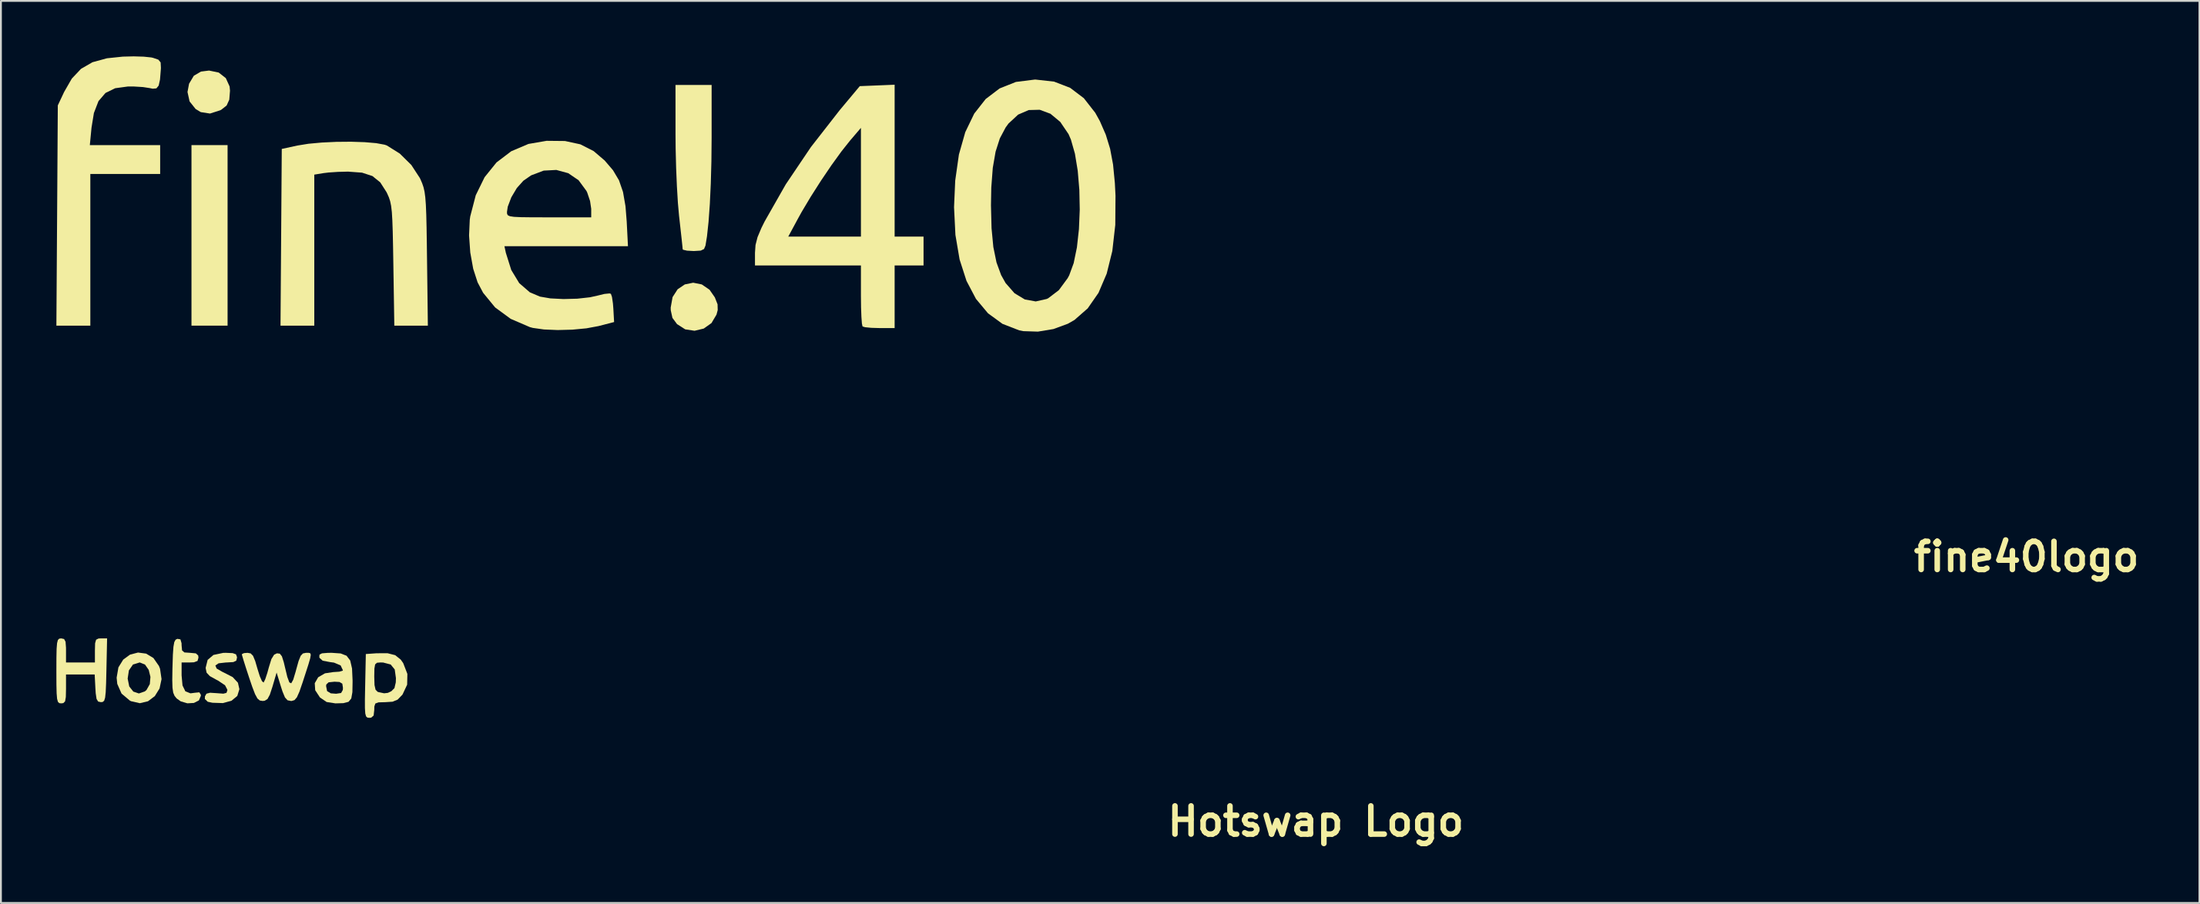
<source format=kicad_pcb>
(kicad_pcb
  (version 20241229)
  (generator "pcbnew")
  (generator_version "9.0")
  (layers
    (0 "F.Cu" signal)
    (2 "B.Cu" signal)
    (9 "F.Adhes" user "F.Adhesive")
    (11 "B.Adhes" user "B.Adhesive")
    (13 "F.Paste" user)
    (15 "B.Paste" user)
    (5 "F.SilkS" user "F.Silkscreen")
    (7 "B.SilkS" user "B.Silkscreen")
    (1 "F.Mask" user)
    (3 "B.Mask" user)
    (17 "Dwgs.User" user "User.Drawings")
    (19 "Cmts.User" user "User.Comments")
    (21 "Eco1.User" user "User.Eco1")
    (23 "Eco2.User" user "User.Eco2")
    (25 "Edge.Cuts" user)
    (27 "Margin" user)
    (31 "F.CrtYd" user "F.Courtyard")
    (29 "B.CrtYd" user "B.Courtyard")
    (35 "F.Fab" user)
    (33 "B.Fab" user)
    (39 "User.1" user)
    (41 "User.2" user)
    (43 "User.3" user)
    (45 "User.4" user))
  (footprint "fine40logo"
    (layer "F.Cu")
    (at 106.562 27.076)
    (property "Reference" "fine40logo" (at 0 0 0) (layer "F.SilkS") (effects (font (size 1.524 1.524) (thickness 0.3))))
    (attr board_only exclude_from_pos_files exclude_from_bom)
    (fp_poly (pts (xy -97.302 -12.505) (xy -99.255 -12.505) (xy -99.255 -22.274) (xy -97.302 -22.274)) (stroke (width 0) (type solid)) (fill yes) (layer "F.SilkS"))
    (fp_poly (pts (xy -97.784 -26.201) (xy -97.398 -25.9) (xy -97.193 -25.449) (xy -97.171 -25.221) (xy -97.21 -24.733) (xy -97.354 -24.416) (xy -97.643 -24.189) (xy -97.702 -24.158) (xy -98.253 -23.982) (xy -98.751 -24.059) (xy -99.032 -24.229) (xy -99.358 -24.639) (xy -99.47 -25.148) (xy -99.386 -25.595) (xy -99.129 -26.026) (xy -98.742 -26.253) (xy -98.305 -26.308)) (stroke (width 0) (type solid)) (fill yes) (layer "F.SilkS"))
    (fp_poly (pts (xy -71.654 -14.736) (xy -71.233 -14.448) (xy -70.947 -14.036) (xy -70.799 -13.661) (xy -70.79 -13.35) (xy -70.856 -13.102) (xy -71.128 -12.644) (xy -71.547 -12.347) (xy -72.043 -12.228) (xy -72.549 -12.305) (xy -72.991 -12.588) (xy -73.24 -12.925) (xy -73.33 -13.334) (xy -73.334 -13.482) (xy -73.232 -14.05) (xy -72.959 -14.473) (xy -72.57 -14.736) (xy -72.117 -14.828)) (stroke (width 0) (type solid)) (fill yes) (layer "F.SilkS"))
    (fp_poly (pts (xy -71.12 -22.67) (xy -71.132 -21.403) (xy -71.165 -20.194) (xy -71.217 -19.086) (xy -71.287 -18.119) (xy -71.371 -17.335) (xy -71.453 -16.836) (xy -71.531 -16.651) (xy -71.709 -16.565) (xy -72.066 -16.543) (xy -72.099 -16.543) (xy -72.449 -16.562) (xy -72.659 -16.611) (xy -72.686 -16.64) (xy -72.7 -16.8) (xy -72.739 -17.166) (xy -72.797 -17.688) (xy -72.866 -18.314) (xy -72.88 -18.431) (xy -72.944 -19.146) (xy -72.998 -20.044) (xy -73.04 -21.046) (xy -73.066 -22.074) (xy -73.073 -22.827) (xy -73.074 -25.53) (xy -71.12 -25.53)) (stroke (width 0) (type solid)) (fill yes) (layer "F.SilkS"))
    (fp_poly (pts (xy -101.836 -27.06) (xy -101.43 -27.018) (xy -101.339 -26.998) (xy -101.045 -26.897) (xy -100.923 -26.748) (xy -100.908 -26.455) (xy -100.913 -26.365) (xy -100.957 -25.821) (xy -101.029 -25.494) (xy -101.153 -25.344) (xy -101.354 -25.326) (xy -101.507 -25.358) (xy -101.876 -25.415) (xy -102.37 -25.445) (xy -102.69 -25.446) (xy -103.382 -25.352) (xy -103.907 -25.095) (xy -104.285 -24.654) (xy -104.533 -24.01) (xy -104.662 -23.218) (xy -104.753 -22.274) (xy -100.949 -22.274) (xy -100.949 -20.711) (xy -104.726 -20.711) (xy -104.726 -12.505) (xy -106.562 -12.505) (xy -106.523 -18.464) (xy -106.485 -24.423) (xy -106.143 -25.151) (xy -105.728 -25.873) (xy -105.23 -26.401) (xy -104.609 -26.759) (xy -103.824 -26.973) (xy -102.968 -27.062) (xy -102.38 -27.076)) (stroke (width 0) (type solid)) (fill yes) (layer "F.SilkS"))
    (fp_poly (pts (xy -61.221 -17.324) (xy -59.657 -17.324) (xy -59.657 -15.761) (xy -61.221 -15.761) (xy -61.221 -12.374) (xy -62.045 -12.374) (xy -62.488 -12.387) (xy -62.819 -12.42) (xy -62.957 -12.461) (xy -62.991 -12.618) (xy -63.018 -12.982) (xy -63.037 -13.5) (xy -63.044 -14.118) (xy -63.044 -14.155) (xy -63.044 -15.761) (xy -68.775 -15.761) (xy -68.775 -16.445) (xy -68.745 -16.871) (xy -68.637 -17.292) (xy -68.624 -17.324) (xy -66.974 -17.324) (xy -63.044 -17.324) (xy -63.044 -23.207) (xy -63.638 -22.512) (xy -64.102 -21.927) (xy -64.642 -21.18) (xy -65.21 -20.341) (xy -65.759 -19.48) (xy -66.245 -18.666) (xy -66.44 -18.314) (xy -66.974 -17.324) (xy -68.624 -17.324) (xy -68.425 -17.796) (xy -68.25 -18.147) (xy -67.11 -20.15) (xy -65.749 -22.169) (xy -64.197 -24.159) (xy -64.194 -24.163) (xy -63.106 -25.465) (xy -62.163 -25.503) (xy -61.221 -25.542)) (stroke (width 0) (type solid)) (fill yes) (layer "F.SilkS"))
    (fp_poly (pts (xy -89.889 -22.433) (xy -89.263 -22.38) (xy -88.81 -22.297) (xy -88.686 -22.254) (xy -87.985 -21.814) (xy -87.363 -21.199) (xy -86.902 -20.493) (xy -86.866 -20.417) (xy -86.775 -20.204) (xy -86.704 -19.995) (xy -86.649 -19.756) (xy -86.608 -19.451) (xy -86.577 -19.047) (xy -86.555 -18.51) (xy -86.538 -17.804) (xy -86.524 -16.897) (xy -86.514 -16.119) (xy -86.469 -12.505) (xy -88.283 -12.505) (xy -88.335 -15.796) (xy -88.352 -16.81) (xy -88.369 -17.6) (xy -88.39 -18.201) (xy -88.417 -18.651) (xy -88.456 -18.985) (xy -88.508 -19.238) (xy -88.577 -19.448) (xy -88.667 -19.651) (xy -88.709 -19.736) (xy -89.045 -20.259) (xy -89.468 -20.6) (xy -90.03 -20.784) (xy -90.781 -20.839) (xy -90.789 -20.839) (xy -91.325 -20.826) (xy -91.834 -20.792) (xy -92.124 -20.757) (xy -92.612 -20.677) (xy -92.612 -12.505) (xy -94.439 -12.505) (xy -94.405 -17.286) (xy -94.371 -22.067) (xy -93.524 -22.251) (xy -92.93 -22.347) (xy -92.21 -22.413) (xy -91.423 -22.45) (xy -90.629 -22.457)) (stroke (width 0) (type solid)) (fill yes) (layer "F.SilkS"))
    (fp_poly (pts (xy -52.596 -25.709) (xy -51.728 -25.374) (xy -50.987 -24.813) (xy -50.369 -24.023) (xy -50.12 -23.573) (xy -49.799 -22.838) (xy -49.566 -22.078) (xy -49.407 -21.229) (xy -49.309 -20.226) (xy -49.274 -19.538) (xy -49.286 -17.957) (xy -49.446 -16.546) (xy -49.751 -15.316) (xy -50.195 -14.277) (xy -50.777 -13.44) (xy -51.49 -12.815) (xy -51.846 -12.61) (xy -52.63 -12.321) (xy -53.47 -12.182) (xy -54.261 -12.207) (xy -54.482 -12.25) (xy -55.39 -12.603) (xy -56.171 -13.174) (xy -56.821 -13.952) (xy -57.334 -14.927) (xy -57.707 -16.085) (xy -57.933 -17.416) (xy -58.007 -18.908) (xy -58.003 -19.017) (xy -56.01 -19.017) (xy -55.979 -17.778) (xy -55.882 -16.759) (xy -55.711 -15.925) (xy -55.461 -15.242) (xy -55.218 -14.809) (xy -54.736 -14.259) (xy -54.18 -13.923) (xy -53.588 -13.815) (xy -52.998 -13.948) (xy -52.91 -13.99) (xy -52.339 -14.425) (xy -51.861 -15.074) (xy -51.778 -15.229) (xy -51.536 -15.888) (xy -51.361 -16.74) (xy -51.252 -17.725) (xy -51.208 -18.784) (xy -51.23 -19.857) (xy -51.317 -20.886) (xy -51.469 -21.812) (xy -51.686 -22.574) (xy -51.814 -22.868) (xy -52.263 -23.531) (xy -52.794 -23.971) (xy -53.373 -24.186) (xy -53.967 -24.171) (xy -54.541 -23.924) (xy -55.062 -23.441) (xy -55.217 -23.228) (xy -55.531 -22.636) (xy -55.76 -21.92) (xy -55.912 -21.044) (xy -55.993 -19.975) (xy -56.01 -19.017) (xy -58.003 -19.017) (xy -57.944 -20.353) (xy -57.744 -21.765) (xy -57.4 -22.975) (xy -56.917 -23.977) (xy -56.297 -24.767) (xy -55.544 -25.34) (xy -54.662 -25.692) (xy -53.653 -25.819) (xy -53.594 -25.82)) (stroke (width 0) (type solid)) (fill yes) (layer "F.SilkS"))
    (fp_poly (pts (xy -79.052 -22.496) (xy -78.22 -22.316) (xy -77.501 -21.95) (xy -76.904 -21.44) (xy -76.454 -20.914) (xy -76.13 -20.368) (xy -75.913 -19.739) (xy -75.779 -18.968) (xy -75.713 -18.138) (xy -75.645 -16.803) (xy -82.327 -16.803) (xy -82.25 -16.445) (xy -81.958 -15.517) (xy -81.526 -14.804) (xy -80.955 -14.31) (xy -80.404 -14.076) (xy -79.844 -13.98) (xy -79.136 -13.944) (xy -78.385 -13.964) (xy -77.698 -14.04) (xy -77.298 -14.129) (xy -76.918 -14.221) (xy -76.644 -14.248) (xy -76.568 -14.227) (xy -76.509 -14.053) (xy -76.458 -13.708) (xy -76.435 -13.416) (xy -76.395 -12.7) (xy -77.242 -12.481) (xy -77.891 -12.36) (xy -78.654 -12.288) (xy -79.448 -12.267) (xy -80.187 -12.298) (xy -80.787 -12.382) (xy -80.954 -12.427) (xy -81.989 -12.873) (xy -82.832 -13.492) (xy -83.48 -14.283) (xy -83.779 -14.849) (xy -84.017 -15.585) (xy -84.175 -16.465) (xy -84.24 -17.385) (xy -84.202 -18.236) (xy -84.176 -18.418) (xy -84.113 -18.659) (xy -82.189 -18.659) (xy -82.184 -18.554) (xy -82.142 -18.477) (xy -82.029 -18.425) (xy -81.807 -18.392) (xy -81.44 -18.375) (xy -80.894 -18.368) (xy -80.132 -18.366) (xy -79.912 -18.366) (xy -77.633 -18.366) (xy -77.633 -18.827) (xy -77.695 -19.248) (xy -77.848 -19.704) (xy -77.89 -19.793) (xy -78.316 -20.373) (xy -78.874 -20.754) (xy -79.519 -20.93) (xy -80.203 -20.894) (xy -80.882 -20.638) (xy -81.302 -20.347) (xy -81.655 -19.953) (xy -81.955 -19.449) (xy -82.148 -18.94) (xy -82.189 -18.659) (xy -84.113 -18.659) (xy -83.879 -19.559) (xy -83.4 -20.537) (xy -82.756 -21.336) (xy -81.96 -21.941) (xy -81.029 -22.337) (xy -80.046 -22.506)) (stroke (width 0) (type solid)) (fill yes) (layer "F.SilkS")))
  (footprint "Hotswap Logo"
    (layer "F.Cu")
    (at 68.124 41.393)
    (property "Reference" "Hotswap Logo" (at 0 0 0) (layer "F.SilkS") (effects (font (size 1.524 1.524) (thickness 0.3))))
    (attr board_only exclude_from_pos_files exclude_from_bom)
    (fp_poly (pts (xy -63.27 -9.075) (xy -62.875 -8.836) (xy -62.576 -8.406) (xy -62.517 -8.254) (xy -62.436 -7.695) (xy -62.543 -7.189) (xy -62.8 -6.776) (xy -63.169 -6.497) (xy -63.611 -6.392) (xy -64.087 -6.501) (xy -64.151 -6.534) (xy -64.6 -6.913) (xy -64.831 -7.436) (xy -64.86 -7.723) (xy -64.269 -7.723) (xy -64.183 -7.299) (xy -63.962 -7.02) (xy -63.662 -6.919) (xy -63.34 -7.03) (xy -63.249 -7.108) (xy -63.07 -7.428) (xy -63.037 -7.816) (xy -63.13 -8.194) (xy -63.329 -8.481) (xy -63.614 -8.597) (xy -63.619 -8.597) (xy -63.981 -8.486) (xy -64.202 -8.167) (xy -64.269 -7.723) (xy -64.86 -7.723) (xy -64.865 -7.773) (xy -64.769 -8.331) (xy -64.51 -8.75) (xy -64.14 -9.021) (xy -63.709 -9.133)) (stroke (width 0) (type solid)) (fill yes) (layer "F.SilkS"))
    (fp_poly (pts (xy -61.415 -9.847) (xy -61.354 -9.639) (xy -61.351 -9.518) (xy -61.326 -9.249) (xy -61.2 -9.139) (xy -60.895 -9.118) (xy -60.581 -9.089) (xy -60.454 -8.975) (xy -60.439 -8.857) (xy -60.49 -8.678) (xy -60.689 -8.605) (xy -60.895 -8.597) (xy -61.351 -8.597) (xy -61.351 -7.896) (xy -61.302 -7.353) (xy -61.147 -7.035) (xy -60.872 -6.926) (xy -60.636 -6.957) (xy -60.392 -6.981) (xy -60.312 -6.854) (xy -60.309 -6.79) (xy -60.416 -6.543) (xy -60.685 -6.406) (xy -61.039 -6.386) (xy -61.4 -6.493) (xy -61.616 -6.647) (xy -61.731 -6.787) (xy -61.805 -6.963) (xy -61.844 -7.229) (xy -61.856 -7.639) (xy -61.847 -8.246) (xy -61.843 -8.372) (xy -61.823 -9.015) (xy -61.793 -9.442) (xy -61.747 -9.698) (xy -61.677 -9.828) (xy -61.579 -9.875)) (stroke (width 0) (type solid)) (fill yes) (layer "F.SilkS"))
    (fp_poly (pts (xy -58.589 -9.102) (xy -58.408 -9.036) (xy -58.356 -8.892) (xy -58.355 -8.857) (xy -58.393 -8.695) (xy -58.552 -8.618) (xy -58.899 -8.597) (xy -58.941 -8.597) (xy -59.35 -8.551) (xy -59.525 -8.433) (xy -59.456 -8.268) (xy -59.136 -8.083) (xy -59.104 -8.07) (xy -58.589 -7.806) (xy -58.305 -7.5) (xy -58.225 -7.151) (xy -58.339 -6.784) (xy -58.651 -6.527) (xy -59.114 -6.398) (xy -59.683 -6.416) (xy -59.937 -6.47) (xy -60.093 -6.62) (xy -60.089 -6.763) (xy -60.005 -6.908) (xy -59.811 -6.958) (xy -59.451 -6.935) (xy -59.093 -6.908) (xy -58.924 -6.951) (xy -58.877 -7.085) (xy -58.876 -7.121) (xy -59.001 -7.361) (xy -59.378 -7.615) (xy -59.462 -7.657) (xy -59.824 -7.858) (xy -59.999 -8.044) (xy -60.048 -8.284) (xy -60.048 -8.315) (xy -59.943 -8.736) (xy -59.629 -9.003) (xy -59.106 -9.114) (xy -58.963 -9.118)) (stroke (width 0) (type solid)) (fill yes) (layer "F.SilkS"))
    (fp_poly (pts (xy -65.418 -8.174) (xy -65.435 -7.474) (xy -65.456 -6.994) (xy -65.488 -6.693) (xy -65.539 -6.529) (xy -65.615 -6.461) (xy -65.714 -6.448) (xy -65.865 -6.481) (xy -65.951 -6.622) (xy -65.997 -6.93) (xy -66.014 -7.197) (xy -66.053 -7.946) (xy -67.603 -7.946) (xy -67.603 -7.164) (xy -67.613 -6.728) (xy -67.654 -6.492) (xy -67.748 -6.397) (xy -67.864 -6.383) (xy -67.968 -6.396) (xy -68.04 -6.465) (xy -68.086 -6.63) (xy -68.111 -6.931) (xy -68.122 -7.41) (xy -68.124 -8.107) (xy -68.124 -8.141) (xy -68.122 -8.848) (xy -68.112 -9.334) (xy -68.087 -9.642) (xy -68.043 -9.812) (xy -67.972 -9.884) (xy -67.869 -9.899) (xy -67.864 -9.899) (xy -67.707 -9.865) (xy -67.629 -9.72) (xy -67.604 -9.399) (xy -67.603 -9.248) (xy -67.603 -8.597) (xy -66.04 -8.597) (xy -66.04 -9.248) (xy -66.03 -9.635) (xy -65.976 -9.827) (xy -65.845 -9.893) (xy -65.711 -9.899) (xy -65.381 -9.899)) (stroke (width 0) (type solid)) (fill yes) (layer "F.SilkS"))
    (fp_poly (pts (xy -52.749 -9.085) (xy -52.427 -8.96) (xy -52.231 -8.702) (xy -52.132 -8.271) (xy -52.103 -7.626) (xy -52.103 -7.54) (xy -52.113 -6.989) (xy -52.173 -6.648) (xy -52.322 -6.467) (xy -52.6 -6.395) (xy -53.031 -6.383) (xy -53.507 -6.457) (xy -53.867 -6.702) (xy -54.125 -7.095) (xy -54.139 -7.316) (xy -53.535 -7.316) (xy -53.481 -7.048) (xy -53.28 -6.926) (xy -52.993 -6.904) (xy -52.724 -6.944) (xy -52.63 -7.111) (xy -52.624 -7.229) (xy -52.658 -7.449) (xy -52.811 -7.54) (xy -53.079 -7.555) (xy -53.398 -7.523) (xy -53.524 -7.405) (xy -53.535 -7.316) (xy -54.139 -7.316) (xy -54.149 -7.474) (xy -53.964 -7.795) (xy -53.593 -8.01) (xy -53.145 -8.076) (xy -52.819 -8.098) (xy -52.638 -8.152) (xy -52.626 -8.174) (xy -52.749 -8.436) (xy -53.107 -8.588) (xy -53.341 -8.62) (xy -53.721 -8.693) (xy -53.889 -8.845) (xy -53.902 -8.89) (xy -53.891 -9.022) (xy -53.756 -9.091) (xy -53.441 -9.116) (xy -53.227 -9.118)) (stroke (width 0) (type solid)) (fill yes) (layer "F.SilkS"))
    (fp_poly (pts (xy -49.797 -8.991) (xy -49.497 -8.75) (xy -49.364 -8.561) (xy -49.139 -7.978) (xy -49.151 -7.395) (xy -49.398 -6.868) (xy -49.421 -6.838) (xy -49.666 -6.586) (xy -49.94 -6.473) (xy -50.332 -6.448) (xy -50.697 -6.438) (xy -50.872 -6.375) (xy -50.926 -6.21) (xy -50.93 -6.024) (xy -50.964 -5.725) (xy -51.095 -5.61) (xy -51.195 -5.601) (xy -51.301 -5.613) (xy -51.373 -5.678) (xy -51.416 -5.835) (xy -51.435 -6.128) (xy -51.436 -6.595) (xy -51.423 -7.28) (xy -51.422 -7.327) (xy -51.412 -7.825) (xy -50.93 -7.825) (xy -50.916 -7.374) (xy -50.86 -7.122) (xy -50.748 -7.009) (xy -50.702 -6.993) (xy -50.398 -6.928) (xy -50.196 -6.951) (xy -50.01 -7.038) (xy -49.839 -7.207) (xy -49.766 -7.518) (xy -49.758 -7.75) (xy -49.823 -8.217) (xy -50.042 -8.487) (xy -50.446 -8.592) (xy -50.596 -8.597) (xy -50.782 -8.581) (xy -50.882 -8.493) (xy -50.922 -8.27) (xy -50.93 -7.852) (xy -50.93 -7.825) (xy -51.412 -7.825) (xy -51.386 -9.053) (xy -50.81 -9.094) (xy -50.213 -9.097)) (stroke (width 0) (type solid)) (fill yes) (layer "F.SilkS"))
    (fp_poly (pts (xy -54.392 -9.096) (xy -54.364 -9.009) (xy -54.396 -8.818) (xy -54.493 -8.484) (xy -54.66 -7.966) (xy -54.804 -7.522) (xy -54.978 -7.016) (xy -55.115 -6.711) (xy -55.245 -6.56) (xy -55.398 -6.514) (xy -55.437 -6.513) (xy -55.619 -6.55) (xy -55.758 -6.7) (xy -55.891 -7.018) (xy -55.976 -7.281) (xy -56.212 -8.049) (xy -56.438 -7.281) (xy -56.58 -6.849) (xy -56.707 -6.616) (xy -56.858 -6.524) (xy -56.972 -6.513) (xy -57.123 -6.539) (xy -57.249 -6.646) (xy -57.376 -6.879) (xy -57.531 -7.282) (xy -57.687 -7.741) (xy -57.86 -8.268) (xy -57.996 -8.698) (xy -58.078 -8.974) (xy -58.094 -9.043) (xy -57.983 -9.101) (xy -57.788 -9.118) (xy -57.615 -9.087) (xy -57.487 -8.957) (xy -57.37 -8.674) (xy -57.25 -8.262) (xy -57.122 -7.853) (xy -57.003 -7.584) (xy -56.918 -7.51) (xy -56.914 -7.513) (xy -56.827 -7.691) (xy -56.713 -8.036) (xy -56.631 -8.336) (xy -56.493 -8.782) (xy -56.346 -9.018) (xy -56.194 -9.091) (xy -56.039 -9.073) (xy -55.926 -8.93) (xy -55.824 -8.609) (xy -55.766 -8.364) (xy -55.633 -7.813) (xy -55.523 -7.517) (xy -55.421 -7.469) (xy -55.313 -7.666) (xy -55.181 -8.104) (xy -55.157 -8.196) (xy -55.023 -8.676) (xy -54.911 -8.955) (xy -54.79 -9.084) (xy -54.626 -9.118) (xy -54.609 -9.118) (xy -54.475 -9.119)) (stroke (width 0) (type solid)) (fill yes) (layer "F.SilkS")))
  (gr_rect
    (start -3 -3)
    (end 115.919 45.811)
    (stroke (width 0.1) (type default))
    (fill no)
    (layer "Edge.Cuts")))
</source>
